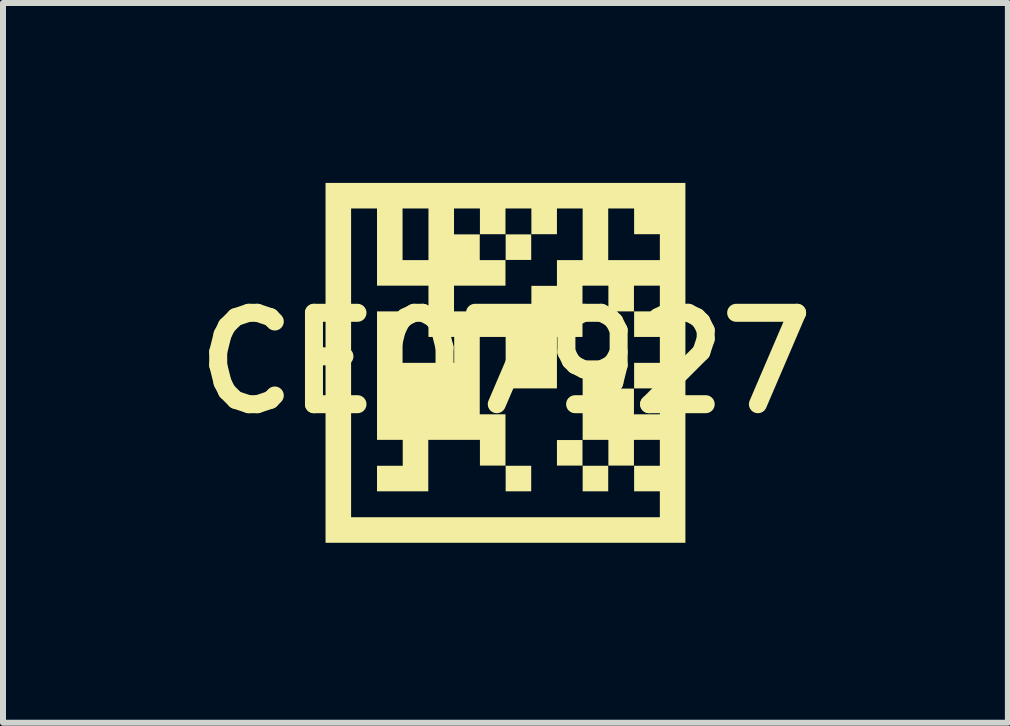
<source format=kicad_pcb>
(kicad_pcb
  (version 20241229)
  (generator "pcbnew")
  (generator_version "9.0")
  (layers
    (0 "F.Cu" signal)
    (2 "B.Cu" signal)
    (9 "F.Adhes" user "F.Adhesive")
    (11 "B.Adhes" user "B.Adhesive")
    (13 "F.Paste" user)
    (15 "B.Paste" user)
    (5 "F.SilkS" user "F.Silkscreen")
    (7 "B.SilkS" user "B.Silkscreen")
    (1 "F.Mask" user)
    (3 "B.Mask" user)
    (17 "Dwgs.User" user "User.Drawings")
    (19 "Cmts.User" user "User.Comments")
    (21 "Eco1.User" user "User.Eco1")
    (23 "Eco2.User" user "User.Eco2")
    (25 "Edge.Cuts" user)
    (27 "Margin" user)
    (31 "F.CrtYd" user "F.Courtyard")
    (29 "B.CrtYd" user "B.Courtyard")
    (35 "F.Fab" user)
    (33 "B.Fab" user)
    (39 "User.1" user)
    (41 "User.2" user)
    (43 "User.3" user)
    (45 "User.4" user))
  (footprint "CE07927"
    (layer "F.Cu")
    (at 5.378 3)
    (property "Reference" "CE07927" (at 0 0 0) (layer "F.SilkS") (effects (font (size 1.524 1.524) (thickness 0.3))))
    (attr board_only exclude_from_pos_files exclude_from_bom)
    (fp_poly (pts (xy 0.429 -1.716) (xy 0.003 -1.716) (xy 0.003 -2.142) (xy 0.429 -2.142)) (stroke (width 0) (type solid)) (fill yes) (layer "F.SilkS"))
    (fp_poly (pts (xy 0.429 2.142) (xy 0.003 2.142) (xy 0.003 1.716) (xy 0.429 1.716)) (stroke (width 0) (type solid)) (fill yes) (layer "F.SilkS"))
    (fp_poly (pts (xy 1.284 1.713) (xy 0.858 1.713) (xy 0.858 1.287) (xy 1.284 1.287)) (stroke (width 0) (type solid)) (fill yes) (layer "F.SilkS"))
    (fp_poly (pts (xy 1.713 2.142) (xy 1.287 2.142) (xy 1.287 1.716) (xy 1.713 1.716)) (stroke (width 0) (type solid)) (fill yes) (layer "F.SilkS"))
    (fp_poly (pts (xy 3 3) (xy -3 3) (xy -3 -2.574) (xy -2.574 -2.574) (xy -2.574 2.574) (xy 2.574 2.574) (xy 2.574 2.142) (xy 2.145 2.142) (xy 2.145 1.716) (xy 2.574 1.716) (xy 2.574 1.284) (xy 2.142 1.284) (xy 2.142 1.713) (xy 1.716 1.713) (xy 1.716 1.284) (xy 1.287 1.284) (xy 1.287 0) (xy 1.713 0) (xy 1.713 0.429) (xy 2.142 0.429) (xy 2.142 0.858) (xy 2.574 0.858) (xy 2.574 0.426) (xy 2.145 0.426) (xy 2.145 0) (xy 2.574 0) (xy 2.574 -0.432) (xy 2.145 -0.432) (xy 2.145 -0.858) (xy 2.574 -0.858) (xy 2.574 -1.287) (xy 2.142 -1.287) (xy 2.142 -0.858) (xy 1.716 -0.858) (xy 1.716 -1.287) (xy 1.284 -1.287) (xy 1.284 -0.432) (xy 0.858 -0.432) (xy 0.858 0.426) (xy 0.003 0.426) (xy 0.003 -0.432) (xy -0.429 -0.432) (xy -0.429 0.858) (xy 0 0.858) (xy 0 1.713) (xy -0.426 1.713) (xy -0.426 1.284) (xy -1.287 1.284) (xy -1.287 2.142) (xy -2.142 2.142) (xy -2.142 1.716) (xy -1.713 1.716) (xy -1.713 1.284) (xy -2.142 1.284) (xy -2.142 -0.858) (xy -1.716 -0.858) (xy -1.716 0) (xy -0.855 0) (xy -0.855 -0.432) (xy -1.284 -0.432) (xy -1.284 -1.287) (xy -2.142 -1.287) (xy -2.142 -2.574) (xy -1.716 -2.574) (xy -1.716 -1.713) (xy -1.284 -1.713) (xy -1.284 -2.574) (xy -0.858 -2.574) (xy -0.858 -2.142) (xy -0.429 -2.142) (xy -0.429 -1.713) (xy 0 -1.713) (xy 0 -1.287) (xy -0.858 -1.287) (xy -0.858 -0.858) (xy 0.432 -0.858) (xy 0.432 -1.284) (xy 0.858 -1.284) (xy 0.858 -1.713) (xy 1.287 -1.713) (xy 1.287 -2.574) (xy 1.713 -2.574) (xy 1.713 -1.713) (xy 2.574 -1.713) (xy 2.574 -2.145) (xy 2.145 -2.145) (xy 2.145 -2.574) (xy 1.713 -2.574) (xy 1.287 -2.574) (xy 0.858 -2.574) (xy 0.858 -2.145) (xy 0.432 -2.145) (xy 0.432 -2.574) (xy 0 -2.574) (xy 0 -2.145) (xy -0.426 -2.145) (xy -0.426 -2.574) (xy -0.858 -2.574) (xy -1.284 -2.574) (xy -1.716 -2.574) (xy -2.142 -2.574) (xy -2.574 -2.574) (xy -3 -2.574) (xy -3 -3) (xy 3 -3)) (stroke (width 0) (type solid)) (fill yes) (layer "F.SilkS")))
  (gr_rect
    (start -3 -3)
    (end 13.755 9)
    (stroke (width 0.1) (type default))
    (fill no)
    (layer "Edge.Cuts")))
</source>
